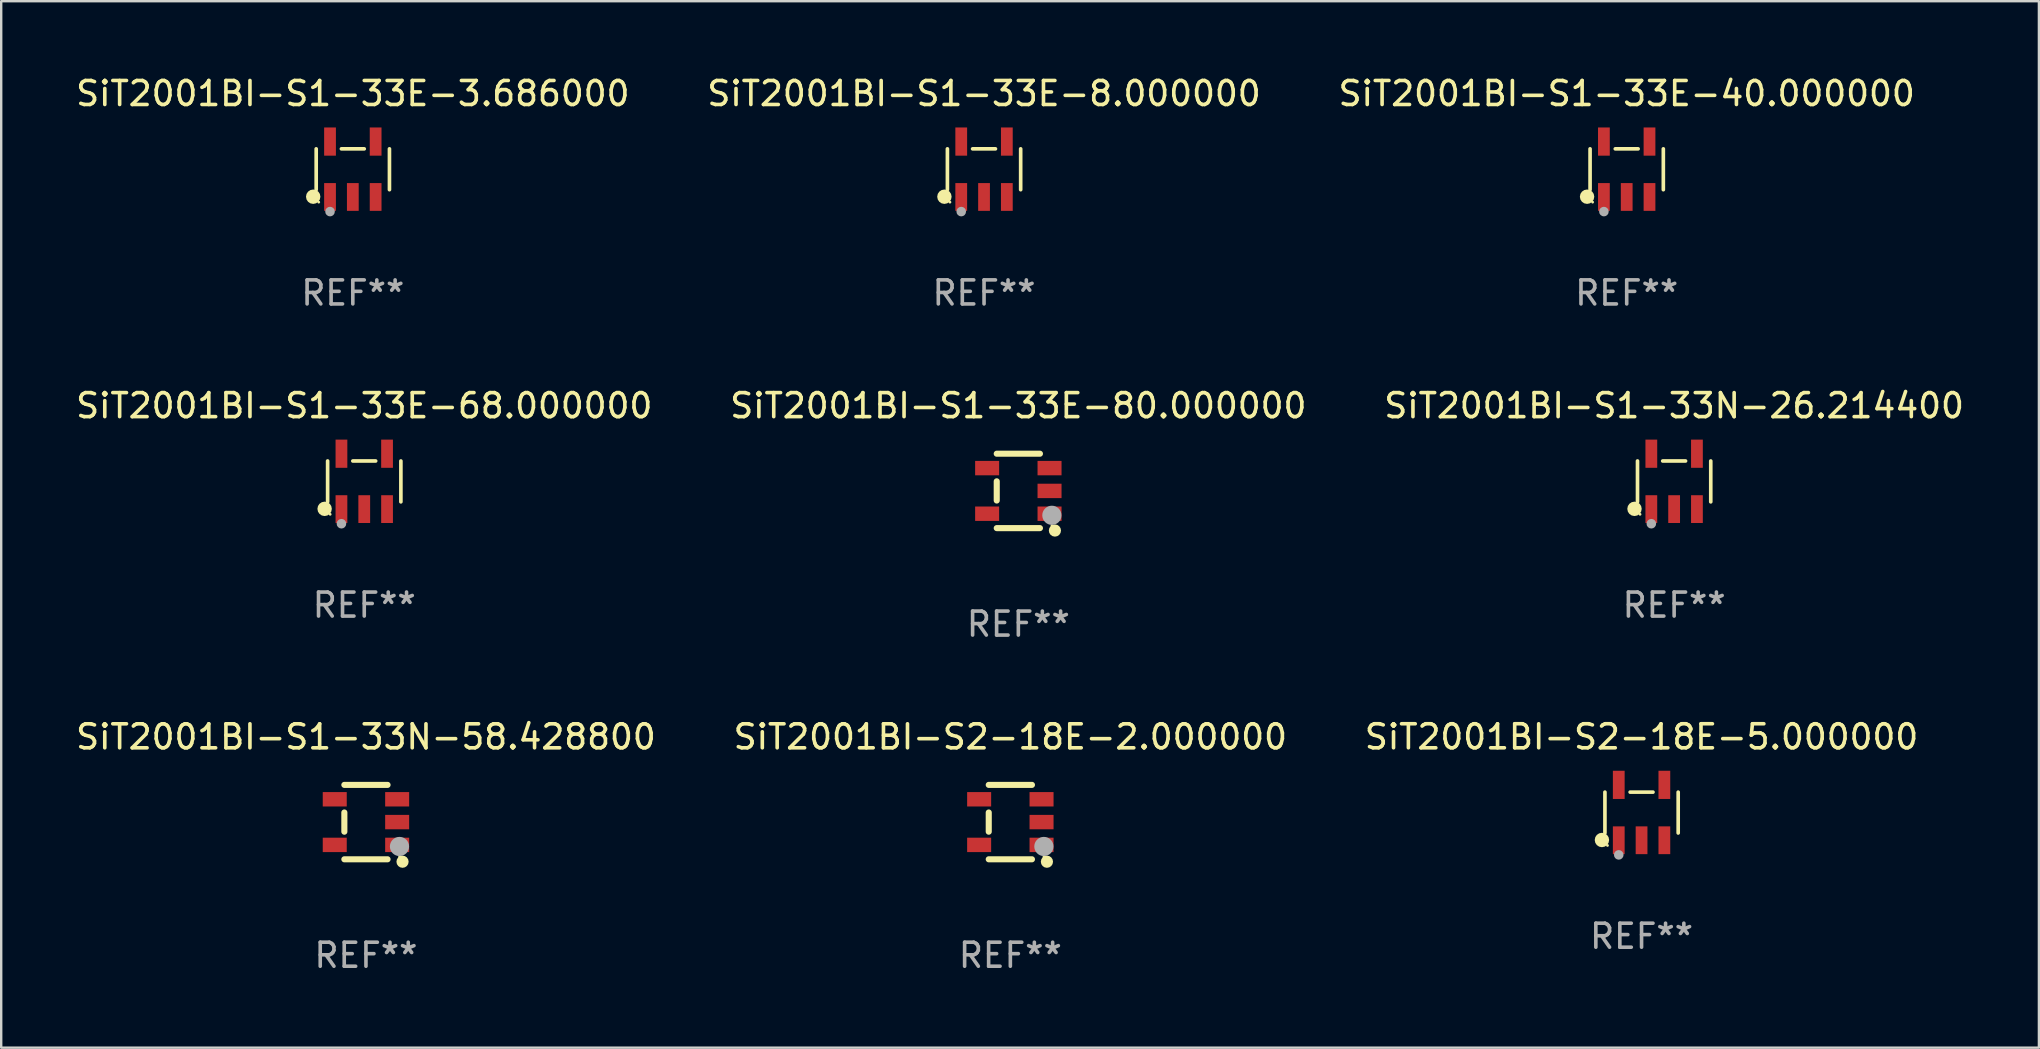
<source format=kicad_pcb>
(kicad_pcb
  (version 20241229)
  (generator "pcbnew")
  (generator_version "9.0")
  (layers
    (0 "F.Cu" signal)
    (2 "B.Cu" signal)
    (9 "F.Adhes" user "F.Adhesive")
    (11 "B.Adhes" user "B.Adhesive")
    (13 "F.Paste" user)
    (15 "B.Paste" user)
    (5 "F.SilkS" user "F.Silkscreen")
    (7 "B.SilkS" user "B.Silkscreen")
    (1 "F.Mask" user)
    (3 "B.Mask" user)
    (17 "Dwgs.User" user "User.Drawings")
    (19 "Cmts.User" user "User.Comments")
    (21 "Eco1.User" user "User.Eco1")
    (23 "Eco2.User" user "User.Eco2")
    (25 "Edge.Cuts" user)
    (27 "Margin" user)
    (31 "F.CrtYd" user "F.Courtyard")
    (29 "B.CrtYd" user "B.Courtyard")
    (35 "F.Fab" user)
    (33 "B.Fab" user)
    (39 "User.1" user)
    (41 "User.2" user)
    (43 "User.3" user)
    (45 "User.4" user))
  (footprint "SiT2001BI-S1-33N-26.214400"
    (layer "F.Cu")
    (at 66.696 17.006)
    (property "Reference" "SiT2001BI-S1-33N-26.214400" (at 0 -3.154 0) (layer "F.SilkS") (effects (font (size 1 1) (thickness 0.15))))
    (attr through_hole)
    (fp_line (start -1.526 0.851) (end -1.526 -0.851) (stroke (width 0.152) (type solid)) (layer "F.SilkS"))
    (fp_line (start 0.476 -0.851) (end -0.476 -0.851) (stroke (width 0.152) (type solid)) (layer "F.SilkS"))
    (fp_line (start 1.526 0.851) (end 1.526 -0.851) (stroke (width 0.152) (type solid)) (layer "F.SilkS"))
    (fp_circle (center -1.651 1.143) (end -1.501 1.143) (stroke (width 0.3) (type solid)) (fill no) (layer "F.SilkS"))
    (fp_circle (center -1.42 1.37) (end -1.39 1.37) (stroke (width 0.06) (type solid)) (fill no) (layer "F.SilkS"))
    (fp_circle (center -0.95 1.763) (end -0.85 1.763) (stroke (width 0.2) (type solid)) (fill no) (layer "F.Fab"))
    (fp_text user "REF**" (at 0 5.154 0) (layer "F.Fab") (effects (font (size 1 1) (thickness 0.15))))
    (pad "1" smd rect (at -0.95 1.154) (size 0.49 1.157) (layers "F.Cu" "F.Mask" "F.Paste"))
    (pad "2" smd rect (at 0 1.154) (size 0.49 1.157) (layers "F.Cu" "F.Mask" "F.Paste"))
    (pad "3" smd rect (at 0.95 1.154) (size 0.49 1.157) (layers "F.Cu" "F.Mask" "F.Paste"))
    (pad "4" smd rect (at 0.95 -1.154) (size 0.49 1.175) (layers "F.Cu" "F.Mask" "F.Paste"))
    (pad "5" smd rect (at -0.95 -1.154) (size 0.49 1.175) (layers "F.Cu" "F.Mask" "F.Paste")))
  (footprint "SiT2001BI-S2-18E-2.000000"
    (layer "F.Cu")
    (at 39.042 31.199)
    (property "Reference" "SiT2001BI-S2-18E-2.000000" (at 0 -3.55 0) (layer "F.SilkS") (effects (font (size 1 1) (thickness 0.15))))
    (attr through_hole)
    (fp_line (start -0.9 -1.55) (end 0.9 -1.55) (stroke (width 0.254) (type solid)) (layer "F.SilkS"))
    (fp_line (start -0.9 0.4) (end -0.9 -0.4) (stroke (width 0.254) (type solid)) (layer "F.SilkS"))
    (fp_line (start -0.9 1.55) (end 0.9 1.55) (stroke (width 0.254) (type solid)) (layer "F.SilkS"))
    (fp_circle (center 1.4 1.45) (end 1.43 1.45) (stroke (width 0.06) (type solid)) (fill no) (layer "F.SilkS"))
    (fp_circle (center 1.524 1.651) (end 1.651 1.651) (stroke (width 0.254) (type solid)) (fill no) (layer "F.SilkS"))
    (fp_circle (center 1.397 1.016) (end 1.597 1.016) (stroke (width 0.4) (type solid)) (fill no) (layer "F.Fab"))
    (fp_text user "REF**" (at 0 5.55 0) (layer "F.Fab") (effects (font (size 1 1) (thickness 0.15))))
    (pad "1" smd rect (at 1.3 0.95) (size 1 0.6) (layers "F.Cu" "F.Mask" "F.Paste"))
    (pad "2" smd rect (at 1.3 -0.000051) (size 1 0.6) (layers "F.Cu" "F.Mask" "F.Paste"))
    (pad "3" smd rect (at 1.3 -0.95) (size 1 0.6) (layers "F.Cu" "F.Mask" "F.Paste"))
    (pad "4" smd rect (at -1.3 -0.95) (size 1 0.6) (layers "F.Cu" "F.Mask" "F.Paste"))
    (pad "5" smd rect (at -1.3 0.95) (size 1 0.6) (layers "F.Cu" "F.Mask" "F.Paste")))
  (footprint "SiT2001BI-S1-33E-80.000000"
    (layer "F.Cu")
    (at 39.375 17.402)
    (property "Reference" "SiT2001BI-S1-33E-80.000000" (at 0 -3.55 0) (layer "F.SilkS") (effects (font (size 1 1) (thickness 0.15))))
    (attr through_hole)
    (fp_line (start -0.9 -1.55) (end 0.9 -1.55) (stroke (width 0.254) (type solid)) (layer "F.SilkS"))
    (fp_line (start -0.9 0.4) (end -0.9 -0.4) (stroke (width 0.254) (type solid)) (layer "F.SilkS"))
    (fp_line (start -0.9 1.55) (end 0.9 1.55) (stroke (width 0.254) (type solid)) (layer "F.SilkS"))
    (fp_circle (center 1.4 1.45) (end 1.43 1.45) (stroke (width 0.06) (type solid)) (fill no) (layer "F.SilkS"))
    (fp_circle (center 1.524 1.651) (end 1.651 1.651) (stroke (width 0.254) (type solid)) (fill no) (layer "F.SilkS"))
    (fp_circle (center 1.397 1.016) (end 1.597 1.016) (stroke (width 0.4) (type solid)) (fill no) (layer "F.Fab"))
    (fp_text user "REF**" (at 0 5.55 0) (layer "F.Fab") (effects (font (size 1 1) (thickness 0.15))))
    (pad "1" smd rect (at 1.3 0.95) (size 1 0.6) (layers "F.Cu" "F.Mask" "F.Paste"))
    (pad "2" smd rect (at 1.3 -0.000051) (size 1 0.6) (layers "F.Cu" "F.Mask" "F.Paste"))
    (pad "3" smd rect (at 1.3 -0.95) (size 1 0.6) (layers "F.Cu" "F.Mask" "F.Paste"))
    (pad "4" smd rect (at -1.3 -0.95) (size 1 0.6) (layers "F.Cu" "F.Mask" "F.Paste"))
    (pad "5" smd rect (at -1.3 0.95) (size 1 0.6) (layers "F.Cu" "F.Mask" "F.Paste")))
  (footprint "SiT2001BI-S1-33E-8.000000"
    (layer "F.Cu")
    (at 37.946 4.002)
    (property "Reference" "SiT2001BI-S1-33E-8.000000" (at 0 -3.154 0) (layer "F.SilkS") (effects (font (size 1 1) (thickness 0.15))))
    (attr through_hole)
    (fp_line (start -1.526 0.851) (end -1.526 -0.851) (stroke (width 0.152) (type solid)) (layer "F.SilkS"))
    (fp_line (start 0.476 -0.851) (end -0.476 -0.851) (stroke (width 0.152) (type solid)) (layer "F.SilkS"))
    (fp_line (start 1.526 0.851) (end 1.526 -0.851) (stroke (width 0.152) (type solid)) (layer "F.SilkS"))
    (fp_circle (center -1.651 1.143) (end -1.501 1.143) (stroke (width 0.3) (type solid)) (fill no) (layer "F.SilkS"))
    (fp_circle (center -1.42 1.37) (end -1.39 1.37) (stroke (width 0.06) (type solid)) (fill no) (layer "F.SilkS"))
    (fp_circle (center -0.95 1.763) (end -0.85 1.763) (stroke (width 0.2) (type solid)) (fill no) (layer "F.Fab"))
    (fp_text user "REF**" (at 0 5.154 0) (layer "F.Fab") (effects (font (size 1 1) (thickness 0.15))))
    (pad "1" smd rect (at -0.95 1.154) (size 0.49 1.157) (layers "F.Cu" "F.Mask" "F.Paste"))
    (pad "2" smd rect (at 0 1.154) (size 0.49 1.157) (layers "F.Cu" "F.Mask" "F.Paste"))
    (pad "3" smd rect (at 0.95 1.154) (size 0.49 1.157) (layers "F.Cu" "F.Mask" "F.Paste"))
    (pad "4" smd rect (at 0.95 -1.154) (size 0.49 1.175) (layers "F.Cu" "F.Mask" "F.Paste"))
    (pad "5" smd rect (at -0.95 -1.154) (size 0.49 1.175) (layers "F.Cu" "F.Mask" "F.Paste")))
  (footprint "SiT2001BI-S1-33E-68.000000"
    (layer "F.Cu")
    (at 12.125 17.006)
    (property "Reference" "SiT2001BI-S1-33E-68.000000" (at 0 -3.154 0) (layer "F.SilkS") (effects (font (size 1 1) (thickness 0.15))))
    (attr through_hole)
    (fp_line (start -1.526 0.851) (end -1.526 -0.851) (stroke (width 0.152) (type solid)) (layer "F.SilkS"))
    (fp_line (start 0.476 -0.851) (end -0.476 -0.851) (stroke (width 0.152) (type solid)) (layer "F.SilkS"))
    (fp_line (start 1.526 0.851) (end 1.526 -0.851) (stroke (width 0.152) (type solid)) (layer "F.SilkS"))
    (fp_circle (center -1.651 1.143) (end -1.501 1.143) (stroke (width 0.3) (type solid)) (fill no) (layer "F.SilkS"))
    (fp_circle (center -1.42 1.37) (end -1.39 1.37) (stroke (width 0.06) (type solid)) (fill no) (layer "F.SilkS"))
    (fp_circle (center -0.95 1.763) (end -0.85 1.763) (stroke (width 0.2) (type solid)) (fill no) (layer "F.Fab"))
    (fp_text user "REF**" (at 0 5.154 0) (layer "F.Fab") (effects (font (size 1 1) (thickness 0.15))))
    (pad "1" smd rect (at -0.95 1.154) (size 0.49 1.157) (layers "F.Cu" "F.Mask" "F.Paste"))
    (pad "2" smd rect (at 0 1.154) (size 0.49 1.157) (layers "F.Cu" "F.Mask" "F.Paste"))
    (pad "3" smd rect (at 0.95 1.154) (size 0.49 1.157) (layers "F.Cu" "F.Mask" "F.Paste"))
    (pad "4" smd rect (at 0.95 -1.154) (size 0.49 1.175) (layers "F.Cu" "F.Mask" "F.Paste"))
    (pad "5" smd rect (at -0.95 -1.154) (size 0.49 1.175) (layers "F.Cu" "F.Mask" "F.Paste")))
  (footprint "SiT2001BI-S1-33E-40.000000"
    (layer "F.Cu")
    (at 64.72 4.002)
    (property "Reference" "SiT2001BI-S1-33E-40.000000" (at 0 -3.154 0) (layer "F.SilkS") (effects (font (size 1 1) (thickness 0.15))))
    (attr through_hole)
    (fp_line (start -1.526 0.851) (end -1.526 -0.851) (stroke (width 0.152) (type solid)) (layer "F.SilkS"))
    (fp_line (start 0.476 -0.851) (end -0.476 -0.851) (stroke (width 0.152) (type solid)) (layer "F.SilkS"))
    (fp_line (start 1.526 0.851) (end 1.526 -0.851) (stroke (width 0.152) (type solid)) (layer "F.SilkS"))
    (fp_circle (center -1.651 1.143) (end -1.501 1.143) (stroke (width 0.3) (type solid)) (fill no) (layer "F.SilkS"))
    (fp_circle (center -1.42 1.37) (end -1.39 1.37) (stroke (width 0.06) (type solid)) (fill no) (layer "F.SilkS"))
    (fp_circle (center -0.95 1.763) (end -0.85 1.763) (stroke (width 0.2) (type solid)) (fill no) (layer "F.Fab"))
    (fp_text user "REF**" (at 0 5.154 0) (layer "F.Fab") (effects (font (size 1 1) (thickness 0.15))))
    (pad "1" smd rect (at -0.95 1.154) (size 0.49 1.157) (layers "F.Cu" "F.Mask" "F.Paste"))
    (pad "2" smd rect (at 0 1.154) (size 0.49 1.157) (layers "F.Cu" "F.Mask" "F.Paste"))
    (pad "3" smd rect (at 0.95 1.154) (size 0.49 1.157) (layers "F.Cu" "F.Mask" "F.Paste"))
    (pad "4" smd rect (at 0.95 -1.154) (size 0.49 1.175) (layers "F.Cu" "F.Mask" "F.Paste"))
    (pad "5" smd rect (at -0.95 -1.154) (size 0.49 1.175) (layers "F.Cu" "F.Mask" "F.Paste")))
  (footprint "SiT2001BI-S2-18E-5.000000"
    (layer "F.Cu")
    (at 65.339 30.802)
    (property "Reference" "SiT2001BI-S2-18E-5.000000" (at 0 -3.154 0) (layer "F.SilkS") (effects (font (size 1 1) (thickness 0.15))))
    (attr through_hole)
    (fp_line (start -1.526 0.851) (end -1.526 -0.851) (stroke (width 0.152) (type solid)) (layer "F.SilkS"))
    (fp_line (start 0.476 -0.851) (end -0.476 -0.851) (stroke (width 0.152) (type solid)) (layer "F.SilkS"))
    (fp_line (start 1.526 0.851) (end 1.526 -0.851) (stroke (width 0.152) (type solid)) (layer "F.SilkS"))
    (fp_circle (center -1.651 1.143) (end -1.501 1.143) (stroke (width 0.3) (type solid)) (fill no) (layer "F.SilkS"))
    (fp_circle (center -1.42 1.37) (end -1.39 1.37) (stroke (width 0.06) (type solid)) (fill no) (layer "F.SilkS"))
    (fp_circle (center -0.95 1.763) (end -0.85 1.763) (stroke (width 0.2) (type solid)) (fill no) (layer "F.Fab"))
    (fp_text user "REF**" (at 0 5.154 0) (layer "F.Fab") (effects (font (size 1 1) (thickness 0.15))))
    (pad "1" smd rect (at -0.95 1.154) (size 0.49 1.157) (layers "F.Cu" "F.Mask" "F.Paste"))
    (pad "2" smd rect (at 0 1.154) (size 0.49 1.157) (layers "F.Cu" "F.Mask" "F.Paste"))
    (pad "3" smd rect (at 0.95 1.154) (size 0.49 1.157) (layers "F.Cu" "F.Mask" "F.Paste"))
    (pad "4" smd rect (at 0.95 -1.154) (size 0.49 1.175) (layers "F.Cu" "F.Mask" "F.Paste"))
    (pad "5" smd rect (at -0.95 -1.154) (size 0.49 1.175) (layers "F.Cu" "F.Mask" "F.Paste")))
  (footprint "SiT2001BI-S1-33E-3.686000"
    (layer "F.Cu")
    (at 11.649 4.002)
    (property "Reference" "SiT2001BI-S1-33E-3.686000" (at 0 -3.154 0) (layer "F.SilkS") (effects (font (size 1 1) (thickness 0.15))))
    (attr through_hole)
    (fp_line (start -1.526 0.851) (end -1.526 -0.851) (stroke (width 0.152) (type solid)) (layer "F.SilkS"))
    (fp_line (start 0.476 -0.851) (end -0.476 -0.851) (stroke (width 0.152) (type solid)) (layer "F.SilkS"))
    (fp_line (start 1.526 0.851) (end 1.526 -0.851) (stroke (width 0.152) (type solid)) (layer "F.SilkS"))
    (fp_circle (center -1.651 1.143) (end -1.501 1.143) (stroke (width 0.3) (type solid)) (fill no) (layer "F.SilkS"))
    (fp_circle (center -1.42 1.37) (end -1.39 1.37) (stroke (width 0.06) (type solid)) (fill no) (layer "F.SilkS"))
    (fp_circle (center -0.95 1.763) (end -0.85 1.763) (stroke (width 0.2) (type solid)) (fill no) (layer "F.Fab"))
    (fp_text user "REF**" (at 0 5.154 0) (layer "F.Fab") (effects (font (size 1 1) (thickness 0.15))))
    (pad "1" smd rect (at -0.95 1.154) (size 0.49 1.157) (layers "F.Cu" "F.Mask" "F.Paste"))
    (pad "2" smd rect (at 0 1.154) (size 0.49 1.157) (layers "F.Cu" "F.Mask" "F.Paste"))
    (pad "3" smd rect (at 0.95 1.154) (size 0.49 1.157) (layers "F.Cu" "F.Mask" "F.Paste"))
    (pad "4" smd rect (at 0.95 -1.154) (size 0.49 1.175) (layers "F.Cu" "F.Mask" "F.Paste"))
    (pad "5" smd rect (at -0.95 -1.154) (size 0.49 1.175) (layers "F.Cu" "F.Mask" "F.Paste")))
  (footprint "SiT2001BI-S1-33N-58.428800"
    (layer "F.Cu")
    (at 12.196 31.199)
    (property "Reference" "SiT2001BI-S1-33N-58.428800" (at 0 -3.55 0) (layer "F.SilkS") (effects (font (size 1 1) (thickness 0.15))))
    (attr through_hole)
    (fp_line (start -0.9 -1.55) (end 0.9 -1.55) (stroke (width 0.254) (type solid)) (layer "F.SilkS"))
    (fp_line (start -0.9 0.4) (end -0.9 -0.4) (stroke (width 0.254) (type solid)) (layer "F.SilkS"))
    (fp_line (start -0.9 1.55) (end 0.9 1.55) (stroke (width 0.254) (type solid)) (layer "F.SilkS"))
    (fp_circle (center 1.4 1.45) (end 1.43 1.45) (stroke (width 0.06) (type solid)) (fill no) (layer "F.SilkS"))
    (fp_circle (center 1.524 1.651) (end 1.651 1.651) (stroke (width 0.254) (type solid)) (fill no) (layer "F.SilkS"))
    (fp_circle (center 1.397 1.016) (end 1.597 1.016) (stroke (width 0.4) (type solid)) (fill no) (layer "F.Fab"))
    (fp_text user "REF**" (at 0 5.55 0) (layer "F.Fab") (effects (font (size 1 1) (thickness 0.15))))
    (pad "1" smd rect (at 1.3 0.95) (size 1 0.6) (layers "F.Cu" "F.Mask" "F.Paste"))
    (pad "2" smd rect (at 1.3 -0.000051) (size 1 0.6) (layers "F.Cu" "F.Mask" "F.Paste"))
    (pad "3" smd rect (at 1.3 -0.95) (size 1 0.6) (layers "F.Cu" "F.Mask" "F.Paste"))
    (pad "4" smd rect (at -1.3 -0.95) (size 1 0.6) (layers "F.Cu" "F.Mask" "F.Paste"))
    (pad "5" smd rect (at -1.3 0.95) (size 1 0.6) (layers "F.Cu" "F.Mask" "F.Paste")))
  (gr_rect
    (start -3 -3)
    (end 81.893 40.597)
    (stroke (width 0.1) (type default))
    (fill no)
    (layer "Edge.Cuts")))
</source>
